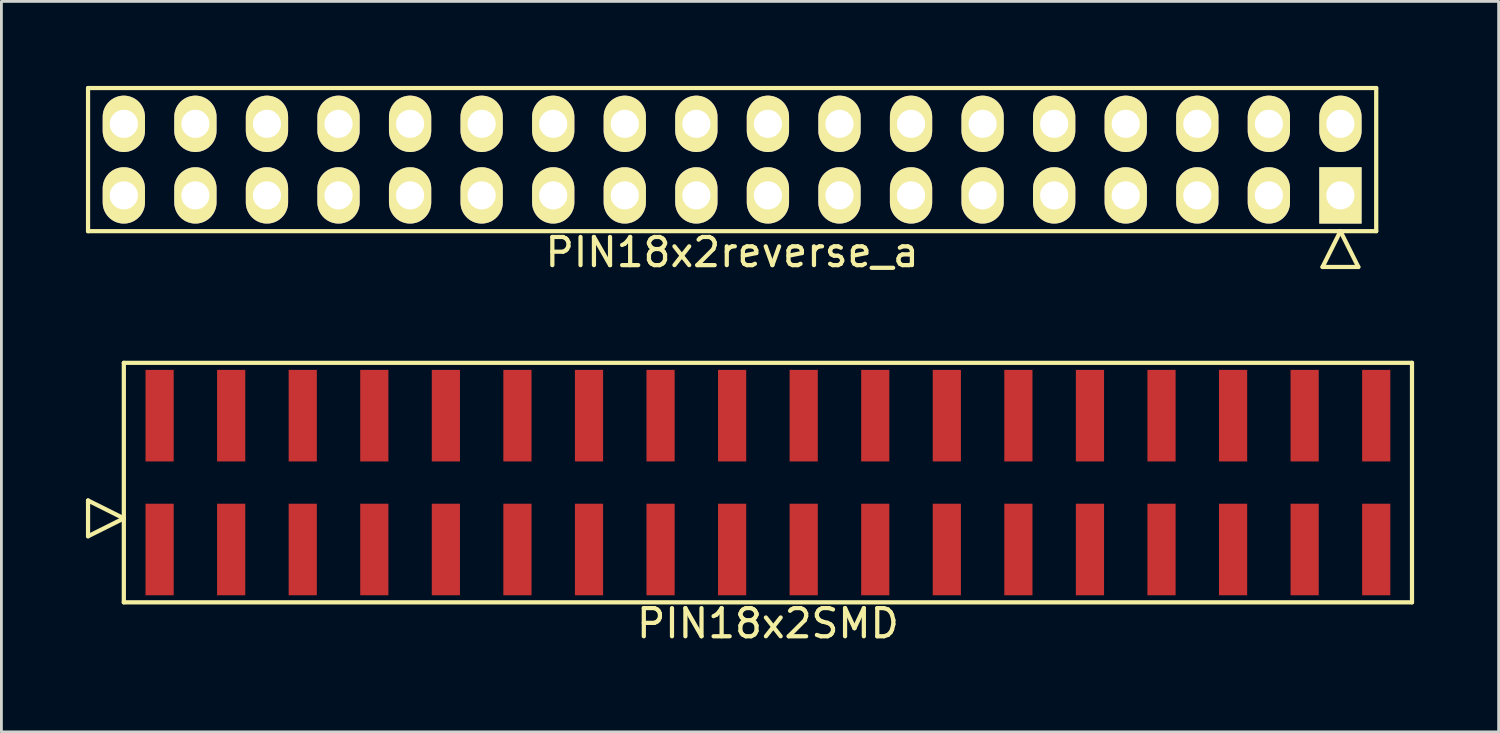
<source format=kicad_pcb>
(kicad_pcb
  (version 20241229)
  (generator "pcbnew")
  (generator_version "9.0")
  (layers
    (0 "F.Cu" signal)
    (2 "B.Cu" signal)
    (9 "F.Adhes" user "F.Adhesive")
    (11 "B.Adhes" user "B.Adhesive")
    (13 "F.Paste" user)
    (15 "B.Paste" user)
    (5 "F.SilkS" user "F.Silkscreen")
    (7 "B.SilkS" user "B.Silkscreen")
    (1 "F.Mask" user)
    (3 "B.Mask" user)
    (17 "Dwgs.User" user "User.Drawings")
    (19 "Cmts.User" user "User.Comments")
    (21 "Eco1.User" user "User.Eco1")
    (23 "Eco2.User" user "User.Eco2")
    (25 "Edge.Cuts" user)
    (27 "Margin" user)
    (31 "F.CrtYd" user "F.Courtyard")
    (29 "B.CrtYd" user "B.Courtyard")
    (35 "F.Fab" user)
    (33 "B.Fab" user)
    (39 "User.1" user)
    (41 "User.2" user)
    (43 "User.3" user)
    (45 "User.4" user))
  (footprint "PIN18x2reverse_a"
    (layer "F.Cu")
    (at 22.935 2.615)
    (property "Reference" "PIN18x2reverse_a" (at 0 3.29 0) (layer "F.SilkS") (effects (font (size 1 1) (thickness 0.15))))
    (attr through_hole)
    (fp_line (start -22.86 -2.54) (end 22.86 -2.54) (stroke (width 0.15) (type solid)) (layer "F.SilkS"))
    (fp_line (start -22.86 2.54) (end -22.86 -2.54) (stroke (width 0.15) (type solid)) (layer "F.SilkS"))
    (fp_line (start 20.955 3.81) (end 21.59 2.54) (stroke (width 0.15) (type solid)) (layer "F.SilkS"))
    (fp_line (start 22.225 3.81) (end 20.955 3.81) (stroke (width 0.15) (type solid)) (layer "F.SilkS"))
    (fp_line (start 22.225 3.81) (end 21.59 2.54) (stroke (width 0.15) (type solid)) (layer "F.SilkS"))
    (fp_line (start 22.86 -2.54) (end 22.86 2.54) (stroke (width 0.15) (type solid)) (layer "F.SilkS"))
    (fp_line (start 22.86 2.54) (end -22.86 2.54) (stroke (width 0.15) (type solid)) (layer "F.SilkS"))
    (pad "1" thru_hole rect (at 21.59 1.27 180) (size 1.5 2) (drill 1) (layers "*.Cu" "*.Mask" "F.SilkS"))
    (pad "2" thru_hole oval (at 21.59 -1.27 180) (size 1.5 2) (drill 1) (layers "*.Cu" "*.Mask" "F.SilkS"))
    (pad "3" thru_hole oval (at 19.05 1.27 180) (size 1.5 2) (drill 1) (layers "*.Cu" "*.Mask" "F.SilkS"))
    (pad "4" thru_hole oval (at 19.05 -1.27 180) (size 1.5 2) (drill 1) (layers "*.Cu" "*.Mask" "F.SilkS"))
    (pad "5" thru_hole oval (at 16.51 1.27 180) (size 1.5 2) (drill 1) (layers "*.Cu" "*.Mask" "F.SilkS"))
    (pad "6" thru_hole oval (at 16.51 -1.27 180) (size 1.5 2) (drill 1) (layers "*.Cu" "*.Mask" "F.SilkS"))
    (pad "7" thru_hole oval (at 13.97 1.27 180) (size 1.5 2) (drill 1) (layers "*.Cu" "*.Mask" "F.SilkS"))
    (pad "8" thru_hole oval (at 13.97 -1.27 180) (size 1.5 2) (drill 1) (layers "*.Cu" "*.Mask" "F.SilkS"))
    (pad "9" thru_hole oval (at 11.43 1.27 180) (size 1.5 2) (drill 1) (layers "*.Cu" "*.Mask" "F.SilkS"))
    (pad "10" thru_hole oval (at 11.43 -1.27 180) (size 1.5 2) (drill 1) (layers "*.Cu" "*.Mask" "F.SilkS"))
    (pad "11" thru_hole oval (at 8.89 1.27 180) (size 1.5 2) (drill 1) (layers "*.Cu" "*.Mask" "F.SilkS"))
    (pad "12" thru_hole oval (at 8.89 -1.27 180) (size 1.5 2) (drill 1) (layers "*.Cu" "*.Mask" "F.SilkS"))
    (pad "13" thru_hole oval (at 6.35 1.27 180) (size 1.5 2) (drill 1) (layers "*.Cu" "*.Mask" "F.SilkS"))
    (pad "14" thru_hole oval (at 6.35 -1.27 180) (size 1.5 2) (drill 1) (layers "*.Cu" "*.Mask" "F.SilkS"))
    (pad "15" thru_hole oval (at 3.81 1.27 180) (size 1.5 2) (drill 1) (layers "*.Cu" "*.Mask" "F.SilkS"))
    (pad "16" thru_hole oval (at 3.81 -1.27 180) (size 1.5 2) (drill 1) (layers "*.Cu" "*.Mask" "F.SilkS"))
    (pad "17" thru_hole oval (at 1.27 1.27 180) (size 1.5 2) (drill 1) (layers "*.Cu" "*.Mask" "F.SilkS"))
    (pad "18" thru_hole oval (at 1.27 -1.27 180) (size 1.5 2) (drill 1) (layers "*.Cu" "*.Mask" "F.SilkS"))
    (pad "19" thru_hole oval (at -1.27 1.27 180) (size 1.5 2) (drill 1) (layers "*.Cu" "*.Mask" "F.SilkS"))
    (pad "20" thru_hole oval (at -1.27 -1.27 180) (size 1.5 2) (drill 1) (layers "*.Cu" "*.Mask" "F.SilkS"))
    (pad "21" thru_hole oval (at -3.81 1.27 180) (size 1.5 2) (drill 1) (layers "*.Cu" "*.Mask" "F.SilkS"))
    (pad "22" thru_hole oval (at -3.81 -1.27 180) (size 1.5 2) (drill 1) (layers "*.Cu" "*.Mask" "F.SilkS"))
    (pad "23" thru_hole oval (at -6.35 1.27 180) (size 1.5 2) (drill 1) (layers "*.Cu" "*.Mask" "F.SilkS"))
    (pad "24" thru_hole oval (at -6.35 -1.27 180) (size 1.5 2) (drill 1) (layers "*.Cu" "*.Mask" "F.SilkS"))
    (pad "25" thru_hole oval (at -8.89 1.27 180) (size 1.5 2) (drill 1) (layers "*.Cu" "*.Mask" "F.SilkS"))
    (pad "26" thru_hole oval (at -8.89 -1.27 180) (size 1.5 2) (drill 1) (layers "*.Cu" "*.Mask" "F.SilkS"))
    (pad "27" thru_hole oval (at -11.43 1.27 180) (size 1.5 2) (drill 1) (layers "*.Cu" "*.Mask" "F.SilkS"))
    (pad "28" thru_hole oval (at -11.43 -1.27 180) (size 1.5 2) (drill 1) (layers "*.Cu" "*.Mask" "F.SilkS"))
    (pad "29" thru_hole oval (at -13.97 1.27 180) (size 1.5 2) (drill 1) (layers "*.Cu" "*.Mask" "F.SilkS"))
    (pad "30" thru_hole oval (at -13.97 -1.27 180) (size 1.5 2) (drill 1) (layers "*.Cu" "*.Mask" "F.SilkS"))
    (pad "31" thru_hole oval (at -16.51 1.27 180) (size 1.5 2) (drill 1) (layers "*.Cu" "*.Mask" "F.SilkS"))
    (pad "32" thru_hole oval (at -16.51 -1.27 180) (size 1.5 2) (drill 1) (layers "*.Cu" "*.Mask" "F.SilkS"))
    (pad "33" thru_hole oval (at -19.05 1.27 180) (size 1.5 2) (drill 1) (layers "*.Cu" "*.Mask" "F.SilkS"))
    (pad "34" thru_hole oval (at -19.05 -1.27 180) (size 1.5 2) (drill 1) (layers "*.Cu" "*.Mask" "F.SilkS"))
    (pad "35" thru_hole oval (at -21.59 1.27 180) (size 1.5 2) (drill 1) (layers "*.Cu" "*.Mask" "F.SilkS"))
    (pad "36" thru_hole oval (at -21.59 -1.27 180) (size 1.5 2) (drill 1) (layers "*.Cu" "*.Mask" "F.SilkS")))
  (footprint "PIN18x2SMD"
    (layer "F.Cu")
    (at 24.205 14.078)
    (property "Reference" "PIN18x2SMD" (at 0 5 0) (layer "F.SilkS") (effects (font (size 1 1) (thickness 0.15))))
    (attr through_hole)
    (fp_line (start -24.13 1.905) (end -24.13 0.635) (stroke (width 0.15) (type solid)) (layer "F.SilkS"))
    (fp_line (start -22.86 -4.25) (end -22.86 4.25) (stroke (width 0.15) (type solid)) (layer "F.SilkS"))
    (fp_line (start -22.86 1.27) (end -24.13 0.635) (stroke (width 0.15) (type solid)) (layer "F.SilkS"))
    (fp_line (start -22.86 1.27) (end -24.13 1.905) (stroke (width 0.15) (type solid)) (layer "F.SilkS"))
    (fp_line (start -22.86 4.25) (end 22.86 4.25) (stroke (width 0.15) (type solid)) (layer "F.SilkS"))
    (fp_line (start 22.86 -4.25) (end -22.86 -4.25) (stroke (width 0.15) (type solid)) (layer "F.SilkS"))
    (fp_line (start 22.86 4.25) (end 22.86 -4.25) (stroke (width 0.15) (type solid)) (layer "F.SilkS"))
    (pad "1" smd rect (at -21.59 2.375) (size 1 3.25) (layers "F.Cu" "F.Mask" "F.Paste"))
    (pad "2" smd rect (at -21.59 -2.375) (size 1 3.25) (layers "F.Cu" "F.Mask" "F.Paste"))
    (pad "3" smd rect (at -19.05 2.375) (size 1 3.25) (layers "F.Cu" "F.Mask" "F.Paste"))
    (pad "4" smd rect (at -19.05 -2.375) (size 1 3.25) (layers "F.Cu" "F.Mask" "F.Paste"))
    (pad "5" smd rect (at -16.51 2.375) (size 1 3.25) (layers "F.Cu" "F.Mask" "F.Paste"))
    (pad "6" smd rect (at -16.51 -2.375) (size 1 3.25) (layers "F.Cu" "F.Mask" "F.Paste"))
    (pad "7" smd rect (at -13.97 2.375) (size 1 3.25) (layers "F.Cu" "F.Mask" "F.Paste"))
    (pad "8" smd rect (at -13.97 -2.375) (size 1 3.25) (layers "F.Cu" "F.Mask" "F.Paste"))
    (pad "9" smd rect (at -11.43 2.375) (size 1 3.25) (layers "F.Cu" "F.Mask" "F.Paste"))
    (pad "10" smd rect (at -11.43 -2.375) (size 1 3.25) (layers "F.Cu" "F.Mask" "F.Paste"))
    (pad "11" smd rect (at -8.89 2.375) (size 1 3.25) (layers "F.Cu" "F.Mask" "F.Paste"))
    (pad "12" smd rect (at -8.89 -2.375) (size 1 3.25) (layers "F.Cu" "F.Mask" "F.Paste"))
    (pad "13" smd rect (at -6.35 2.375) (size 1 3.25) (layers "F.Cu" "F.Mask" "F.Paste"))
    (pad "14" smd rect (at -6.35 -2.375) (size 1 3.25) (layers "F.Cu" "F.Mask" "F.Paste"))
    (pad "15" smd rect (at -3.81 2.375) (size 1 3.25) (layers "F.Cu" "F.Mask" "F.Paste"))
    (pad "16" smd rect (at -3.81 -2.375) (size 1 3.25) (layers "F.Cu" "F.Mask" "F.Paste"))
    (pad "17" smd rect (at -1.27 2.375) (size 1 3.25) (layers "F.Cu" "F.Mask" "F.Paste"))
    (pad "18" smd rect (at -1.27 -2.375) (size 1 3.25) (layers "F.Cu" "F.Mask" "F.Paste"))
    (pad "19" smd rect (at 1.27 2.375) (size 1 3.25) (layers "F.Cu" "F.Mask" "F.Paste"))
    (pad "20" smd rect (at 1.27 -2.375) (size 1 3.25) (layers "F.Cu" "F.Mask" "F.Paste"))
    (pad "21" smd rect (at 3.81 2.375) (size 1 3.25) (layers "F.Cu" "F.Mask" "F.Paste"))
    (pad "22" smd rect (at 3.81 -2.375) (size 1 3.25) (layers "F.Cu" "F.Mask" "F.Paste"))
    (pad "23" smd rect (at 6.35 2.375) (size 1 3.25) (layers "F.Cu" "F.Mask" "F.Paste"))
    (pad "24" smd rect (at 6.35 -2.375) (size 1 3.25) (layers "F.Cu" "F.Mask" "F.Paste"))
    (pad "25" smd rect (at 8.89 2.375) (size 1 3.25) (layers "F.Cu" "F.Mask" "F.Paste"))
    (pad "26" smd rect (at 8.89 -2.375) (size 1 3.25) (layers "F.Cu" "F.Mask" "F.Paste"))
    (pad "27" smd rect (at 11.43 2.375) (size 1 3.25) (layers "F.Cu" "F.Mask" "F.Paste"))
    (pad "28" smd rect (at 11.43 -2.375) (size 1 3.25) (layers "F.Cu" "F.Mask" "F.Paste"))
    (pad "29" smd rect (at 13.97 2.375) (size 1 3.25) (layers "F.Cu" "F.Mask" "F.Paste"))
    (pad "30" smd rect (at 13.97 -2.375) (size 1 3.25) (layers "F.Cu" "F.Mask" "F.Paste"))
    (pad "31" smd rect (at 16.51 2.375) (size 1 3.25) (layers "F.Cu" "F.Mask" "F.Paste"))
    (pad "32" smd rect (at 16.51 -2.375) (size 1 3.25) (layers "F.Cu" "F.Mask" "F.Paste"))
    (pad "33" smd rect (at 19.05 2.375) (size 1 3.25) (layers "F.Cu" "F.Mask" "F.Paste"))
    (pad "34" smd rect (at 19.05 -2.375) (size 1 3.25) (layers "F.Cu" "F.Mask" "F.Paste"))
    (pad "35" smd rect (at 21.59 2.375) (size 1 3.25) (layers "F.Cu" "F.Mask" "F.Paste"))
    (pad "36" smd rect (at 21.59 -2.375) (size 1 3.25) (layers "F.Cu" "F.Mask" "F.Paste")))
  (gr_rect
    (start -3 -3)
    (end 50.14 22.927)
    (stroke (width 0.1) (type default))
    (fill no)
    (layer "Edge.Cuts")))
</source>
